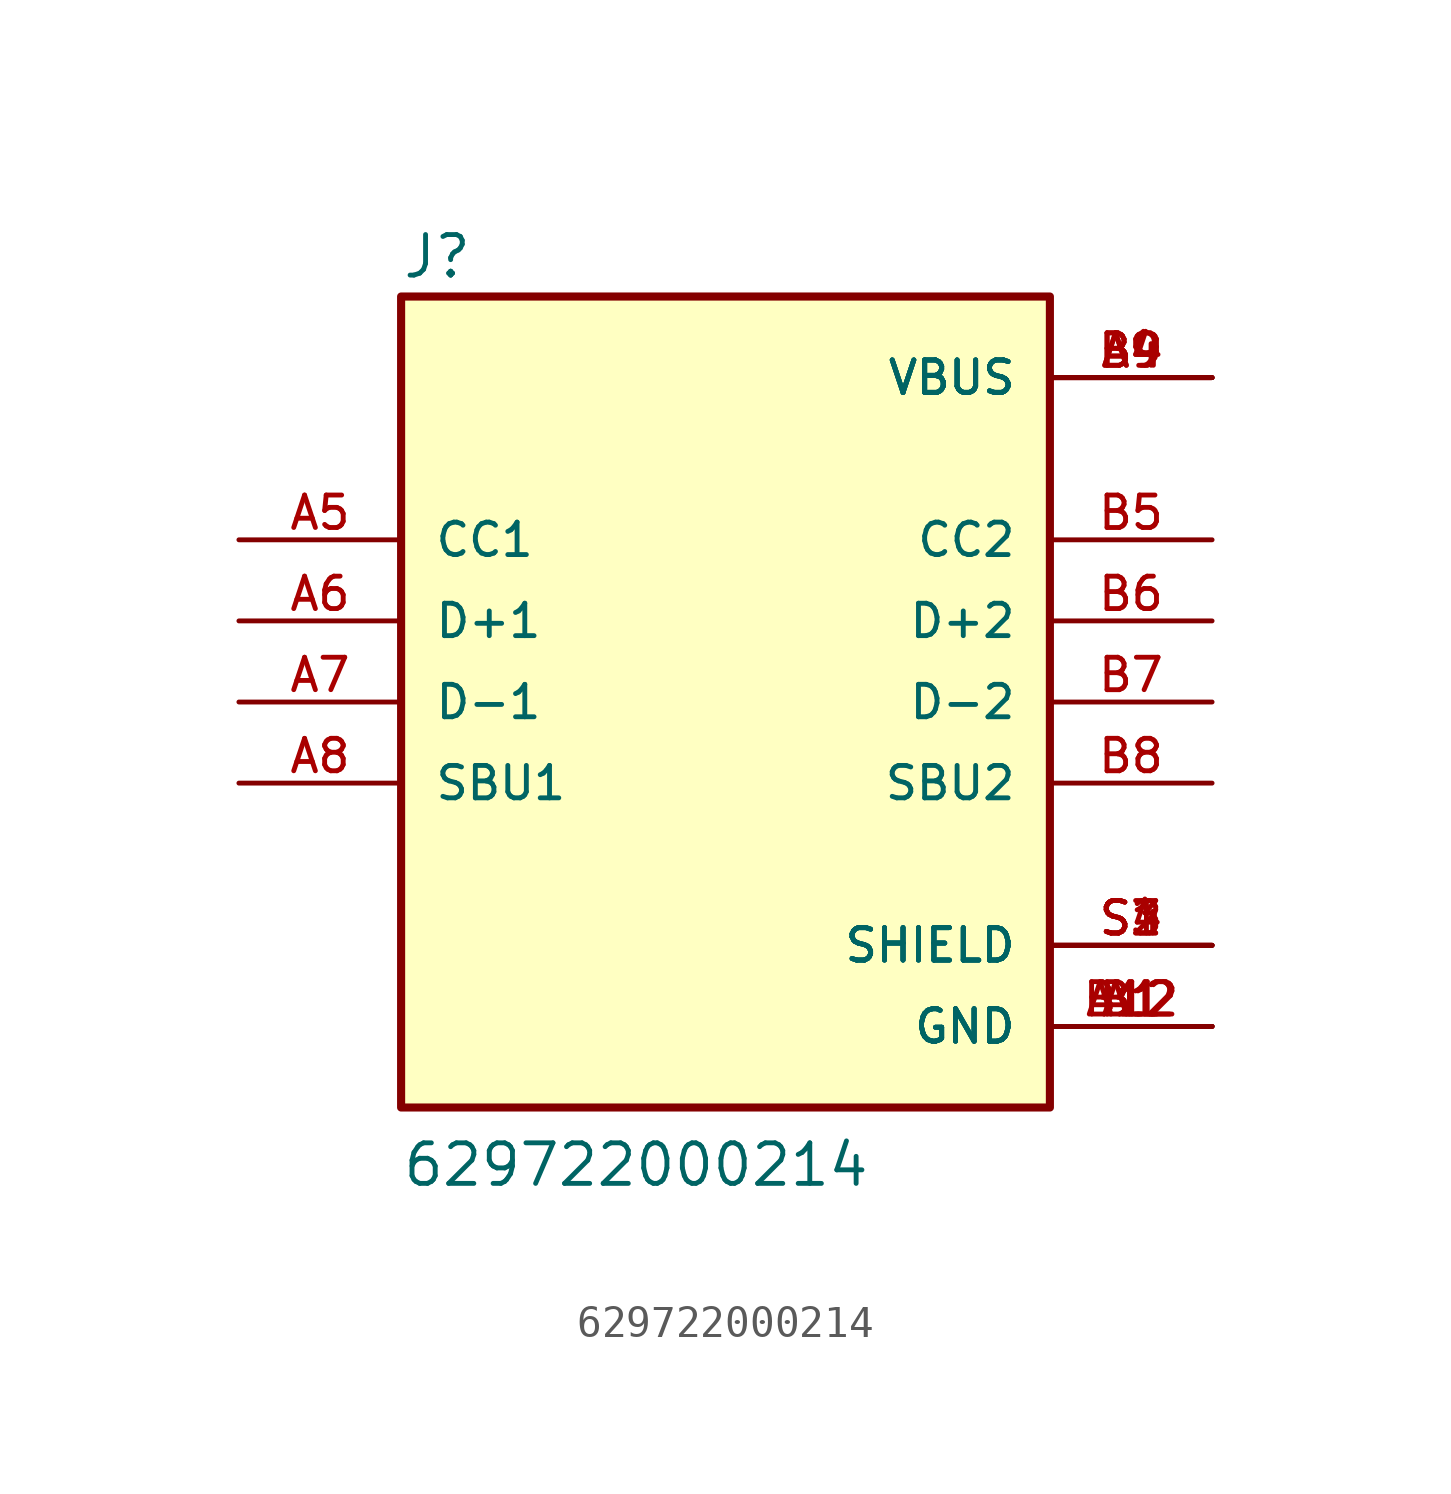
<source format=kicad_sym>
(kicad_symbol_lib
  (version 20211014)
  (generator kicad_symbol_editor)
  (symbol "629722000214"
    (pin_names
      (offset 1.016))
    (property "Reference" "J"
      (at -10.16 13.208 0)
      (effects (font (size 1.27 1.27)) (justify bottom left)))
    (property "Value" "629722000214"
      (at -10.16 -15.24 0)
      (effects (font (size 1.27 1.27)) (justify bottom left)))
    (symbol "629722000214_0_0"
      (rectangle (start -10.16 -12.7) (end 10.16 12.7) (stroke (width 0.254)) (fill (type background)))
      (pin power_in line (at 15.24 -10.16 180.0) (length 5.08) (name "GND" (effects (font (size 1.016 1.016)))) (number "A1" (effects (font (size 1.016 1.016)))))
      (pin power_in line (at 15.24 -10.16 180.0) (length 5.08) (name "GND" (effects (font (size 1.016 1.016)))) (number "A12" (effects (font (size 1.016 1.016)))))
      (pin power_in line (at 15.24 -10.16 180.0) (length 5.08) (name "GND" (effects (font (size 1.016 1.016)))) (number "B1" (effects (font (size 1.016 1.016)))))
      (pin power_in line (at 15.24 -10.16 180.0) (length 5.08) (name "GND" (effects (font (size 1.016 1.016)))) (number "B12" (effects (font (size 1.016 1.016)))))
      (pin power_in line (at 15.24 10.16 180.0) (length 5.08) (name "VBUS" (effects (font (size 1.016 1.016)))) (number "A4" (effects (font (size 1.016 1.016)))))
      (pin power_in line (at 15.24 10.16 180.0) (length 5.08) (name "VBUS" (effects (font (size 1.016 1.016)))) (number "A9" (effects (font (size 1.016 1.016)))))
      (pin power_in line (at 15.24 10.16 180.0) (length 5.08) (name "VBUS" (effects (font (size 1.016 1.016)))) (number "B4" (effects (font (size 1.016 1.016)))))
      (pin power_in line (at 15.24 10.16 180.0) (length 5.08) (name "VBUS" (effects (font (size 1.016 1.016)))) (number "B9" (effects (font (size 1.016 1.016)))))
      (pin bidirectional line (at -15.24 5.08 0) (length 5.08) (name "CC1" (effects (font (size 1.016 1.016)))) (number "A5" (effects (font (size 1.016 1.016)))))
      (pin bidirectional line (at -15.24 2.54 0) (length 5.08) (name "D+1" (effects (font (size 1.016 1.016)))) (number "A6" (effects (font (size 1.016 1.016)))))
      (pin bidirectional line (at -15.24 0.0 0) (length 5.08) (name "D-1" (effects (font (size 1.016 1.016)))) (number "A7" (effects (font (size 1.016 1.016)))))
      (pin bidirectional line (at -15.24 -2.54 0) (length 5.08) (name "SBU1" (effects (font (size 1.016 1.016)))) (number "A8" (effects (font (size 1.016 1.016)))))
      (pin bidirectional line (at 15.24 -2.54 180.0) (length 5.08) (name "SBU2" (effects (font (size 1.016 1.016)))) (number "B8" (effects (font (size 1.016 1.016)))))
      (pin bidirectional line (at 15.24 5.08 180.0) (length 5.08) (name "CC2" (effects (font (size 1.016 1.016)))) (number "B5" (effects (font (size 1.016 1.016)))))
      (pin power_in line (at 15.24 -7.62 180.0) (length 5.08) (name "SHIELD" (effects (font (size 1.016 1.016)))) (number "S1" (effects (font (size 1.016 1.016)))))
      (pin power_in line (at 15.24 -7.62 180.0) (length 5.08) (name "SHIELD" (effects (font (size 1.016 1.016)))) (number "S2" (effects (font (size 1.016 1.016)))))
      (pin power_in line (at 15.24 -7.62 180.0) (length 5.08) (name "SHIELD" (effects (font (size 1.016 1.016)))) (number "S3" (effects (font (size 1.016 1.016)))))
      (pin power_in line (at 15.24 -7.62 180.0) (length 5.08) (name "SHIELD" (effects (font (size 1.016 1.016)))) (number "S4" (effects (font (size 1.016 1.016)))))
      (pin bidirectional line (at 15.24 0.0 180.0) (length 5.08) (name "D-2" (effects (font (size 1.016 1.016)))) (number "B7" (effects (font (size 1.016 1.016)))))
      (pin bidirectional line (at 15.24 2.54 180.0) (length 5.08) (name "D+2" (effects (font (size 1.016 1.016)))) (number "B6" (effects (font (size 1.016 1.016))))))))
</source>
